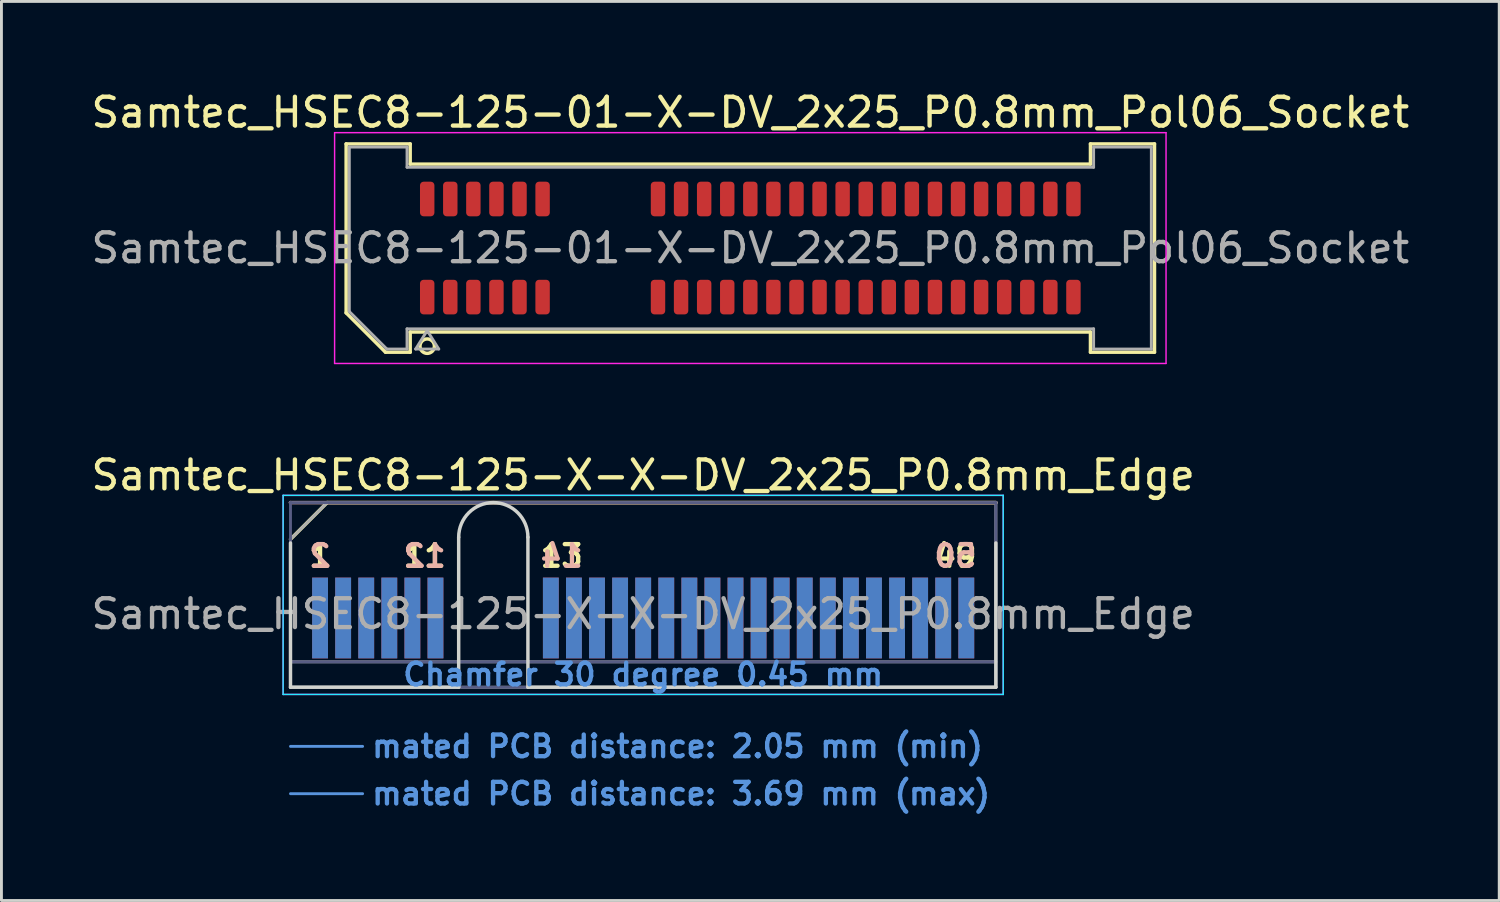
<source format=kicad_pcb>
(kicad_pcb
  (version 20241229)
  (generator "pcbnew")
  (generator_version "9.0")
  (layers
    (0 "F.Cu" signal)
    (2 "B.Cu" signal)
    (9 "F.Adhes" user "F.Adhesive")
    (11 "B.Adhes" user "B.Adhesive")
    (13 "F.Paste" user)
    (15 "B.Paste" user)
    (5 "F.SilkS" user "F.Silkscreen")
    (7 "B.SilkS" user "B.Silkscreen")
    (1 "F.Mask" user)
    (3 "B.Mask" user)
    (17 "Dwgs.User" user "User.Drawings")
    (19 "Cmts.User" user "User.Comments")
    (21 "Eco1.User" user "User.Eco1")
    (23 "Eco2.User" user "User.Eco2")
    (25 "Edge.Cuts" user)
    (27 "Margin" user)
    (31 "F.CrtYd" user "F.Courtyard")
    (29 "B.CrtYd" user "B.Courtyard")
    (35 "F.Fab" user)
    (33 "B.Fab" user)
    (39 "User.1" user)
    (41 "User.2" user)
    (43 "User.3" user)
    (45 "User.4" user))
  (footprint "Samtec_HSEC8-125-01-X-DV_2x25_P0.8mm_Pol06_Socket"
    (layer "F.Cu")
    (at 22.958 5.548)
    (property "Reference" "Samtec_HSEC8-125-01-X-DV_2x25_P0.8mm_Pol06_Socket" (at 0 -4.7 0) (layer "F.SilkS") (effects (font (size 1 1) (thickness 0.15))))
    (attr smd)
    (fp_line (start -14.01 -3.61) (end -11.79 -3.61) (stroke (width 0.12) (type solid)) (layer "F.SilkS"))
    (fp_line (start -14.01 2.246) (end -14.01 -3.61) (stroke (width 0.12) (type solid)) (layer "F.SilkS"))
    (fp_line (start -12.646 3.61) (end -14.01 2.246) (stroke (width 0.12) (type solid)) (layer "F.SilkS"))
    (fp_line (start -11.79 -3.61) (end -11.79 -2.91) (stroke (width 0.12) (type solid)) (layer "F.SilkS"))
    (fp_line (start -11.79 -2.91) (end 11.79 -2.91) (stroke (width 0.12) (type solid)) (layer "F.SilkS"))
    (fp_line (start -11.79 2.91) (end -11.79 3.61) (stroke (width 0.12) (type solid)) (layer "F.SilkS"))
    (fp_line (start -11.79 3.61) (end -12.646 3.61) (stroke (width 0.12) (type solid)) (layer "F.SilkS"))
    (fp_line (start 11.79 -3.61) (end 14.01 -3.61) (stroke (width 0.12) (type solid)) (layer "F.SilkS"))
    (fp_line (start 11.79 -2.91) (end 11.79 -3.61) (stroke (width 0.12) (type solid)) (layer "F.SilkS"))
    (fp_line (start 11.79 2.91) (end -11.79 2.91) (stroke (width 0.12) (type solid)) (layer "F.SilkS"))
    (fp_line (start 11.79 3.61) (end 11.79 2.91) (stroke (width 0.12) (type solid)) (layer "F.SilkS"))
    (fp_line (start 14.01 -3.61) (end 14.01 3.61) (stroke (width 0.12) (type solid)) (layer "F.SilkS"))
    (fp_line (start 14.01 3.61) (end 11.79 3.61) (stroke (width 0.12) (type solid)) (layer "F.SilkS"))
    (fp_circle (center -11.2 3.4) (end -10.95 3.4) (stroke (width 0.12) (type solid)) (fill no) (layer "F.SilkS"))
    (fp_line (start -14.41 -4) (end -14.41 4) (stroke (width 0.05) (type solid)) (layer "F.CrtYd"))
    (fp_line (start -14.41 4) (end 14.41 4) (stroke (width 0.05) (type solid)) (layer "F.CrtYd"))
    (fp_line (start 14.41 -4) (end -14.41 -4) (stroke (width 0.05) (type solid)) (layer "F.CrtYd"))
    (fp_line (start 14.41 4) (end 14.41 -4) (stroke (width 0.05) (type solid)) (layer "F.CrtYd"))
    (fp_line (start -13.9 -3.5) (end -11.9 -3.5) (stroke (width 0.1) (type solid)) (layer "F.Fab"))
    (fp_line (start -13.9 2.2) (end -13.9 -3.5) (stroke (width 0.1) (type solid)) (layer "F.Fab"))
    (fp_line (start -12.6 3.5) (end -13.9 2.2) (stroke (width 0.1) (type solid)) (layer "F.Fab"))
    (fp_line (start -11.9 -3.5) (end -11.9 -2.8) (stroke (width 0.1) (type solid)) (layer "F.Fab"))
    (fp_line (start -11.9 -2.8) (end 11.9 -2.8) (stroke (width 0.1) (type solid)) (layer "F.Fab"))
    (fp_line (start -11.9 2.8) (end -11.9 3.5) (stroke (width 0.1) (type solid)) (layer "F.Fab"))
    (fp_line (start -11.9 3.5) (end -12.6 3.5) (stroke (width 0.1) (type solid)) (layer "F.Fab"))
    (fp_line (start -11.6 3.5) (end -11.2 2.86) (stroke (width 0.1) (type solid)) (layer "F.Fab"))
    (fp_line (start -11.2 2.86) (end -10.8 3.5) (stroke (width 0.1) (type solid)) (layer "F.Fab"))
    (fp_line (start -10.8 3.5) (end -11.6 3.5) (stroke (width 0.1) (type solid)) (layer "F.Fab"))
    (fp_line (start 11.9 -3.5) (end 13.9 -3.5) (stroke (width 0.1) (type solid)) (layer "F.Fab"))
    (fp_line (start 11.9 -2.8) (end 11.9 -3.5) (stroke (width 0.1) (type solid)) (layer "F.Fab"))
    (fp_line (start 11.9 2.8) (end -11.9 2.8) (stroke (width 0.1) (type solid)) (layer "F.Fab"))
    (fp_line (start 11.9 3.5) (end 11.9 2.8) (stroke (width 0.1) (type solid)) (layer "F.Fab"))
    (fp_line (start 13.9 -3.5) (end 13.9 3.5) (stroke (width 0.1) (type solid)) (layer "F.Fab"))
    (fp_line (start 13.9 3.5) (end 11.9 3.5) (stroke (width 0.1) (type solid)) (layer "F.Fab"))
    (fp_text user "${REFERENCE}" (at 0 0 0) (layer "F.Fab") (effects (font (size 1 1) (thickness 0.15))))
    (pad "1" smd roundrect (at -11.2 1.7) (size 0.5 1.2) (layers "F.Cu" "F.Mask" "F.Paste") (roundrect_rratio 0.25))
    (pad "2" smd roundrect (at -11.2 -1.7) (size 0.5 1.2) (layers "F.Cu" "F.Mask" "F.Paste") (roundrect_rratio 0.25))
    (pad "3" smd roundrect (at -10.4 1.7) (size 0.5 1.2) (layers "F.Cu" "F.Mask" "F.Paste") (roundrect_rratio 0.25))
    (pad "4" smd roundrect (at -10.4 -1.7) (size 0.5 1.2) (layers "F.Cu" "F.Mask" "F.Paste") (roundrect_rratio 0.25))
    (pad "5" smd roundrect (at -9.6 1.7) (size 0.5 1.2) (layers "F.Cu" "F.Mask" "F.Paste") (roundrect_rratio 0.25))
    (pad "6" smd roundrect (at -9.6 -1.7) (size 0.5 1.2) (layers "F.Cu" "F.Mask" "F.Paste") (roundrect_rratio 0.25))
    (pad "7" smd roundrect (at -8.8 1.7) (size 0.5 1.2) (layers "F.Cu" "F.Mask" "F.Paste") (roundrect_rratio 0.25))
    (pad "8" smd roundrect (at -8.8 -1.7) (size 0.5 1.2) (layers "F.Cu" "F.Mask" "F.Paste") (roundrect_rratio 0.25))
    (pad "9" smd roundrect (at -8 1.7) (size 0.5 1.2) (layers "F.Cu" "F.Mask" "F.Paste") (roundrect_rratio 0.25))
    (pad "10" smd roundrect (at -8 -1.7) (size 0.5 1.2) (layers "F.Cu" "F.Mask" "F.Paste") (roundrect_rratio 0.25))
    (pad "11" smd roundrect (at -7.2 1.7) (size 0.5 1.2) (layers "F.Cu" "F.Mask" "F.Paste") (roundrect_rratio 0.25))
    (pad "12" smd roundrect (at -7.2 -1.7) (size 0.5 1.2) (layers "F.Cu" "F.Mask" "F.Paste") (roundrect_rratio 0.25))
    (pad "13" smd roundrect (at -3.2 1.7) (size 0.5 1.2) (layers "F.Cu" "F.Mask" "F.Paste") (roundrect_rratio 0.25))
    (pad "14" smd roundrect (at -3.2 -1.7) (size 0.5 1.2) (layers "F.Cu" "F.Mask" "F.Paste") (roundrect_rratio 0.25))
    (pad "15" smd roundrect (at -2.4 1.7) (size 0.5 1.2) (layers "F.Cu" "F.Mask" "F.Paste") (roundrect_rratio 0.25))
    (pad "16" smd roundrect (at -2.4 -1.7) (size 0.5 1.2) (layers "F.Cu" "F.Mask" "F.Paste") (roundrect_rratio 0.25))
    (pad "17" smd roundrect (at -1.6 1.7) (size 0.5 1.2) (layers "F.Cu" "F.Mask" "F.Paste") (roundrect_rratio 0.25))
    (pad "18" smd roundrect (at -1.6 -1.7) (size 0.5 1.2) (layers "F.Cu" "F.Mask" "F.Paste") (roundrect_rratio 0.25))
    (pad "19" smd roundrect (at -0.8 1.7) (size 0.5 1.2) (layers "F.Cu" "F.Mask" "F.Paste") (roundrect_rratio 0.25))
    (pad "20" smd roundrect (at -0.8 -1.7) (size 0.5 1.2) (layers "F.Cu" "F.Mask" "F.Paste") (roundrect_rratio 0.25))
    (pad "21" smd roundrect (at 0 1.7) (size 0.5 1.2) (layers "F.Cu" "F.Mask" "F.Paste") (roundrect_rratio 0.25))
    (pad "22" smd roundrect (at 0 -1.7) (size 0.5 1.2) (layers "F.Cu" "F.Mask" "F.Paste") (roundrect_rratio 0.25))
    (pad "23" smd roundrect (at 0.8 1.7) (size 0.5 1.2) (layers "F.Cu" "F.Mask" "F.Paste") (roundrect_rratio 0.25))
    (pad "24" smd roundrect (at 0.8 -1.7) (size 0.5 1.2) (layers "F.Cu" "F.Mask" "F.Paste") (roundrect_rratio 0.25))
    (pad "25" smd roundrect (at 1.6 1.7) (size 0.5 1.2) (layers "F.Cu" "F.Mask" "F.Paste") (roundrect_rratio 0.25))
    (pad "26" smd roundrect (at 1.6 -1.7) (size 0.5 1.2) (layers "F.Cu" "F.Mask" "F.Paste") (roundrect_rratio 0.25))
    (pad "27" smd roundrect (at 2.4 1.7) (size 0.5 1.2) (layers "F.Cu" "F.Mask" "F.Paste") (roundrect_rratio 0.25))
    (pad "28" smd roundrect (at 2.4 -1.7) (size 0.5 1.2) (layers "F.Cu" "F.Mask" "F.Paste") (roundrect_rratio 0.25))
    (pad "29" smd roundrect (at 3.2 1.7) (size 0.5 1.2) (layers "F.Cu" "F.Mask" "F.Paste") (roundrect_rratio 0.25))
    (pad "30" smd roundrect (at 3.2 -1.7) (size 0.5 1.2) (layers "F.Cu" "F.Mask" "F.Paste") (roundrect_rratio 0.25))
    (pad "31" smd roundrect (at 4 1.7) (size 0.5 1.2) (layers "F.Cu" "F.Mask" "F.Paste") (roundrect_rratio 0.25))
    (pad "32" smd roundrect (at 4 -1.7) (size 0.5 1.2) (layers "F.Cu" "F.Mask" "F.Paste") (roundrect_rratio 0.25))
    (pad "33" smd roundrect (at 4.8 1.7) (size 0.5 1.2) (layers "F.Cu" "F.Mask" "F.Paste") (roundrect_rratio 0.25))
    (pad "34" smd roundrect (at 4.8 -1.7) (size 0.5 1.2) (layers "F.Cu" "F.Mask" "F.Paste") (roundrect_rratio 0.25))
    (pad "35" smd roundrect (at 5.6 1.7) (size 0.5 1.2) (layers "F.Cu" "F.Mask" "F.Paste") (roundrect_rratio 0.25))
    (pad "36" smd roundrect (at 5.6 -1.7) (size 0.5 1.2) (layers "F.Cu" "F.Mask" "F.Paste") (roundrect_rratio 0.25))
    (pad "37" smd roundrect (at 6.4 1.7) (size 0.5 1.2) (layers "F.Cu" "F.Mask" "F.Paste") (roundrect_rratio 0.25))
    (pad "38" smd roundrect (at 6.4 -1.7) (size 0.5 1.2) (layers "F.Cu" "F.Mask" "F.Paste") (roundrect_rratio 0.25))
    (pad "39" smd roundrect (at 7.2 1.7) (size 0.5 1.2) (layers "F.Cu" "F.Mask" "F.Paste") (roundrect_rratio 0.25))
    (pad "40" smd roundrect (at 7.2 -1.7) (size 0.5 1.2) (layers "F.Cu" "F.Mask" "F.Paste") (roundrect_rratio 0.25))
    (pad "41" smd roundrect (at 8 1.7) (size 0.5 1.2) (layers "F.Cu" "F.Mask" "F.Paste") (roundrect_rratio 0.25))
    (pad "42" smd roundrect (at 8 -1.7) (size 0.5 1.2) (layers "F.Cu" "F.Mask" "F.Paste") (roundrect_rratio 0.25))
    (pad "43" smd roundrect (at 8.8 1.7) (size 0.5 1.2) (layers "F.Cu" "F.Mask" "F.Paste") (roundrect_rratio 0.25))
    (pad "44" smd roundrect (at 8.8 -1.7) (size 0.5 1.2) (layers "F.Cu" "F.Mask" "F.Paste") (roundrect_rratio 0.25))
    (pad "45" smd roundrect (at 9.6 1.7) (size 0.5 1.2) (layers "F.Cu" "F.Mask" "F.Paste") (roundrect_rratio 0.25))
    (pad "46" smd roundrect (at 9.6 -1.7) (size 0.5 1.2) (layers "F.Cu" "F.Mask" "F.Paste") (roundrect_rratio 0.25))
    (pad "47" smd roundrect (at 10.4 1.7) (size 0.5 1.2) (layers "F.Cu" "F.Mask" "F.Paste") (roundrect_rratio 0.25))
    (pad "48" smd roundrect (at 10.4 -1.7) (size 0.5 1.2) (layers "F.Cu" "F.Mask" "F.Paste") (roundrect_rratio 0.25))
    (pad "49" smd roundrect (at 11.2 1.7) (size 0.5 1.2) (layers "F.Cu" "F.Mask" "F.Paste") (roundrect_rratio 0.25))
    (pad "50" smd roundrect (at 11.2 -1.7) (size 0.5 1.2) (layers "F.Cu" "F.Mask" "F.Paste") (roundrect_rratio 0.25)))
  (footprint "Samtec_HSEC8-125-X-X-DV_2x25_P0.8mm_Edge"
    (layer "F.Cu")
    (at 19.244 20.771)
    (property "Reference" "Samtec_HSEC8-125-X-X-DV_2x25_P0.8mm_Edge" (at 0 -7.35 0) (layer "F.SilkS") (effects (font (size 1 1) (thickness 0.15))))
    (attr exclude_from_pos_files exclude_from_bom)
    (fp_line (start -12.225 -5.13) (end -10.955 -6.4) (stroke (width 0.12) (type solid)) (layer "F.SilkS"))
    (fp_line (start -10.955 -6.4) (end 12.225 -6.4) (stroke (width 0.12) (type solid)) (layer "F.SilkS"))
    (fp_line (start -12.225 -6.4) (end -12.225 -6.4) (stroke (width 0.12) (type solid)) (layer "B.SilkS"))
    (fp_line (start -12.225 -6.4) (end 12.225 -6.4) (stroke (width 0.12) (type solid)) (layer "B.SilkS"))
    (fp_line (start -12.225 2.05) (end -9.725 2.05) (stroke (width 0.1) (type solid)) (layer "Cmts.User"))
    (fp_line (start -12.225 3.69) (end -9.725 3.69) (stroke (width 0.1) (type solid)) (layer "Cmts.User"))
    (fp_line (start -12.225 -5) (end -12.225 0) (stroke (width 0.12) (type solid)) (layer "Edge.Cuts"))
    (fp_line (start -12.225 0) (end -6.395 0) (stroke (width 0.12) (type solid)) (layer "Edge.Cuts"))
    (fp_line (start -6.395 0) (end -6.395 -5.2) (stroke (width 0.12) (type solid)) (layer "Edge.Cuts"))
    (fp_line (start -3.995 -5.2) (end -3.995 0) (stroke (width 0.12) (type solid)) (layer "Edge.Cuts"))
    (fp_line (start -3.995 0) (end 12.225 0) (stroke (width 0.12) (type solid)) (layer "Edge.Cuts"))
    (fp_line (start 12.225 0) (end 12.225 -5) (stroke (width 0.12) (type solid)) (layer "Edge.Cuts"))
    (fp_arc (start -6.395 -5.2) (mid -5.195 -6.4) (end -3.995 -5.2) (stroke (width 0.12) (type solid)) (layer "Edge.Cuts"))
    (fp_line (start -12.48 -6.65) (end -12.48 0.25) (stroke (width 0.05) (type solid)) (layer "B.CrtYd"))
    (fp_line (start -12.48 0.25) (end 12.48 0.25) (stroke (width 0.05) (type solid)) (layer "B.CrtYd"))
    (fp_line (start 12.48 -6.65) (end -12.48 -6.65) (stroke (width 0.05) (type solid)) (layer "B.CrtYd"))
    (fp_line (start 12.48 0.25) (end 12.48 -6.65) (stroke (width 0.05) (type solid)) (layer "B.CrtYd"))
    (fp_line (start -12.48 -6.65) (end -12.48 0.25) (stroke (width 0.05) (type solid)) (layer "F.CrtYd"))
    (fp_line (start -12.48 0.25) (end 12.48 0.25) (stroke (width 0.05) (type solid)) (layer "F.CrtYd"))
    (fp_line (start 12.48 -6.65) (end -12.48 -6.65) (stroke (width 0.05) (type solid)) (layer "F.CrtYd"))
    (fp_line (start 12.48 0.25) (end 12.48 -6.65) (stroke (width 0.05) (type solid)) (layer "F.CrtYd"))
    (fp_line (start -12.225 -6.4) (end -12.225 -6.4) (stroke (width 0.1) (type solid)) (layer "B.Fab"))
    (fp_line (start -12.225 -6.4) (end -12.225 0) (stroke (width 0.1) (type solid)) (layer "B.Fab"))
    (fp_line (start -12.225 -6.4) (end 12.225 -6.4) (stroke (width 0.1) (type solid)) (layer "B.Fab"))
    (fp_line (start -12.225 -0.88) (end 12.225 -0.88) (stroke (width 0.1) (type solid)) (layer "B.Fab"))
    (fp_line (start -12.225 0) (end 12.225 0) (stroke (width 0.1) (type solid)) (layer "B.Fab"))
    (fp_line (start 12.225 -6.4) (end 12.225 0) (stroke (width 0.1) (type solid)) (layer "B.Fab"))
    (fp_line (start -12.225 -5.13) (end -12.225 0) (stroke (width 0.1) (type solid)) (layer "F.Fab"))
    (fp_line (start -12.225 -5.13) (end -10.955 -6.4) (stroke (width 0.1) (type solid)) (layer "F.Fab"))
    (fp_line (start -12.225 -0.88) (end 12.225 -0.88) (stroke (width 0.1) (type solid)) (layer "F.Fab"))
    (fp_line (start -12.225 0) (end 12.225 0) (stroke (width 0.1) (type solid)) (layer "F.Fab"))
    (fp_line (start -10.955 -6.4) (end 12.225 -6.4) (stroke (width 0.1) (type solid)) (layer "F.Fab"))
    (fp_line (start 12.225 -6.4) (end 12.225 0) (stroke (width 0.1) (type solid)) (layer "F.Fab"))
    (fp_text user "49" (at 10.825 -4.55 0) (layer "F.SilkS") (effects (font (size 0.75 0.75) (thickness 0.15))))
    (fp_text user "11" (at -7.575 -4.55 0) (layer "F.SilkS") (effects (font (size 0.75 0.75) (thickness 0.15))))
    (fp_text user "1" (at -11.2 -4.55 0) (layer "F.SilkS") (effects (font (size 0.75 0.75) (thickness 0.15))))
    (fp_text user "13" (at -2.825 -4.55 0) (layer "F.SilkS") (effects (font (size 0.75 0.75) (thickness 0.15))))
    (fp_text user "14" (at -2.825 -4.55 0) (layer "B.SilkS") (effects (font (size 0.75 0.75) (thickness 0.15)) (justify mirror)))
    (fp_text user "12" (at -7.575 -4.55 0) (layer "B.SilkS") (effects (font (size 0.75 0.75) (thickness 0.15)) (justify mirror)))
    (fp_text user "2" (at -11.2 -4.55 0) (layer "B.SilkS") (effects (font (size 0.75 0.75) (thickness 0.15)) (justify mirror)))
    (fp_text user "50" (at 10.825 -4.55 0) (layer "B.SilkS") (effects (font (size 0.75 0.75) (thickness 0.15)) (justify mirror)))
    (fp_text user "mated PCB distance: 2.05 mm (min)" (at -9.48 2.05 0) (layer "Cmts.User") (effects (font (size 0.75 0.75) (thickness 0.15)) (justify left)))
    (fp_text user "Chamfer 30 degree 0.45 mm" (at 0 -0.44 0) (layer "Cmts.User") (effects (font (size 0.75 0.75) (thickness 0.15))))
    (fp_text user "mated PCB distance: 3.69 mm (max)" (at -9.48 3.69 0) (layer "Cmts.User") (effects (font (size 0.75 0.75) (thickness 0.15)) (justify left)))
    (fp_text user "${REFERENCE}" (at 0 -2.54 0) (layer "F.Fab") (effects (font (size 1 1) (thickness 0.15))))
    (pad "1" connect rect (at -11.2 -2.4) (size 0.55 2.8) (layers "F.Cu" "F.Mask"))
    (pad "2" connect rect (at -11.2 -2.4) (size 0.55 2.8) (layers "B.Cu" "B.Mask"))
    (pad "3" connect rect (at -10.4 -2.4) (size 0.55 2.8) (layers "F.Cu" "F.Mask"))
    (pad "4" connect rect (at -10.4 -2.4) (size 0.55 2.8) (layers "B.Cu" "B.Mask"))
    (pad "5" connect rect (at -9.6 -2.4) (size 0.55 2.8) (layers "F.Cu" "F.Mask"))
    (pad "6" connect rect (at -9.6 -2.4) (size 0.55 2.8) (layers "B.Cu" "B.Mask"))
    (pad "7" connect rect (at -8.8 -2.4) (size 0.55 2.8) (layers "F.Cu" "F.Mask"))
    (pad "8" connect rect (at -8.8 -2.4) (size 0.55 2.8) (layers "B.Cu" "B.Mask"))
    (pad "9" connect rect (at -8 -2.4) (size 0.55 2.8) (layers "F.Cu" "F.Mask"))
    (pad "10" connect rect (at -8 -2.4) (size 0.55 2.8) (layers "B.Cu" "B.Mask"))
    (pad "11" connect rect (at -7.2 -2.4) (size 0.55 2.8) (layers "F.Cu" "F.Mask"))
    (pad "12" connect rect (at -7.2 -2.4) (size 0.55 2.8) (layers "B.Cu" "B.Mask"))
    (pad "13" connect rect (at -3.2 -2.4) (size 0.55 2.8) (layers "F.Cu" "F.Mask"))
    (pad "14" connect rect (at -3.2 -2.4) (size 0.55 2.8) (layers "B.Cu" "B.Mask"))
    (pad "15" connect rect (at -2.4 -2.4) (size 0.55 2.8) (layers "F.Cu" "F.Mask"))
    (pad "16" connect rect (at -2.4 -2.4) (size 0.55 2.8) (layers "B.Cu" "B.Mask"))
    (pad "17" connect rect (at -1.6 -2.4) (size 0.55 2.8) (layers "F.Cu" "F.Mask"))
    (pad "18" connect rect (at -1.6 -2.4) (size 0.55 2.8) (layers "B.Cu" "B.Mask"))
    (pad "19" connect rect (at -0.8 -2.4) (size 0.55 2.8) (layers "F.Cu" "F.Mask"))
    (pad "20" connect rect (at -0.8 -2.4) (size 0.55 2.8) (layers "B.Cu" "B.Mask"))
    (pad "21" connect rect (at 0 -2.4) (size 0.55 2.8) (layers "F.Cu" "F.Mask"))
    (pad "22" connect rect (at 0 -2.4) (size 0.55 2.8) (layers "B.Cu" "B.Mask"))
    (pad "23" connect rect (at 0.8 -2.4) (size 0.55 2.8) (layers "F.Cu" "F.Mask"))
    (pad "24" connect rect (at 0.8 -2.4) (size 0.55 2.8) (layers "B.Cu" "B.Mask"))
    (pad "25" connect rect (at 1.6 -2.4) (size 0.55 2.8) (layers "F.Cu" "F.Mask"))
    (pad "26" connect rect (at 1.6 -2.4) (size 0.55 2.8) (layers "B.Cu" "B.Mask"))
    (pad "27" connect rect (at 2.4 -2.4) (size 0.55 2.8) (layers "F.Cu" "F.Mask"))
    (pad "28" connect rect (at 2.4 -2.4) (size 0.55 2.8) (layers "B.Cu" "B.Mask"))
    (pad "29" connect rect (at 3.2 -2.4) (size 0.55 2.8) (layers "F.Cu" "F.Mask"))
    (pad "30" connect rect (at 3.2 -2.4) (size 0.55 2.8) (layers "B.Cu" "B.Mask"))
    (pad "31" connect rect (at 4 -2.4) (size 0.55 2.8) (layers "F.Cu" "F.Mask"))
    (pad "32" connect rect (at 4 -2.4) (size 0.55 2.8) (layers "B.Cu" "B.Mask"))
    (pad "33" connect rect (at 4.8 -2.4) (size 0.55 2.8) (layers "F.Cu" "F.Mask"))
    (pad "34" connect rect (at 4.8 -2.4) (size 0.55 2.8) (layers "B.Cu" "B.Mask"))
    (pad "35" connect rect (at 5.6 -2.4) (size 0.55 2.8) (layers "F.Cu" "F.Mask"))
    (pad "36" connect rect (at 5.6 -2.4) (size 0.55 2.8) (layers "B.Cu" "B.Mask"))
    (pad "37" connect rect (at 6.4 -2.4) (size 0.55 2.8) (layers "F.Cu" "F.Mask"))
    (pad "38" connect rect (at 6.4 -2.4) (size 0.55 2.8) (layers "B.Cu" "B.Mask"))
    (pad "39" connect rect (at 7.2 -2.4) (size 0.55 2.8) (layers "F.Cu" "F.Mask"))
    (pad "40" connect rect (at 7.2 -2.4) (size 0.55 2.8) (layers "B.Cu" "B.Mask"))
    (pad "41" connect rect (at 8 -2.4) (size 0.55 2.8) (layers "F.Cu" "F.Mask"))
    (pad "42" connect rect (at 8 -2.4) (size 0.55 2.8) (layers "B.Cu" "B.Mask"))
    (pad "43" connect rect (at 8.8 -2.4) (size 0.55 2.8) (layers "F.Cu" "F.Mask"))
    (pad "44" connect rect (at 8.8 -2.4) (size 0.55 2.8) (layers "B.Cu" "B.Mask"))
    (pad "45" connect rect (at 9.6 -2.4) (size 0.55 2.8) (layers "F.Cu" "F.Mask"))
    (pad "46" connect rect (at 9.6 -2.4) (size 0.55 2.8) (layers "B.Cu" "B.Mask"))
    (pad "47" connect rect (at 10.4 -2.4) (size 0.55 2.8) (layers "F.Cu" "F.Mask"))
    (pad "48" connect rect (at 10.4 -2.4) (size 0.55 2.8) (layers "B.Cu" "B.Mask"))
    (pad "49" connect rect (at 11.2 -2.4) (size 0.55 2.8) (layers "F.Cu" "F.Mask"))
    (pad "50" connect rect (at 11.2 -2.4) (size 0.55 2.8) (layers "B.Cu" "B.Mask")))
  (gr_rect
    (start -3 -3)
    (end 48.917 28.163)
    (stroke (width 0.1) (type default))
    (fill no)
    (layer "Edge.Cuts")))
</source>
